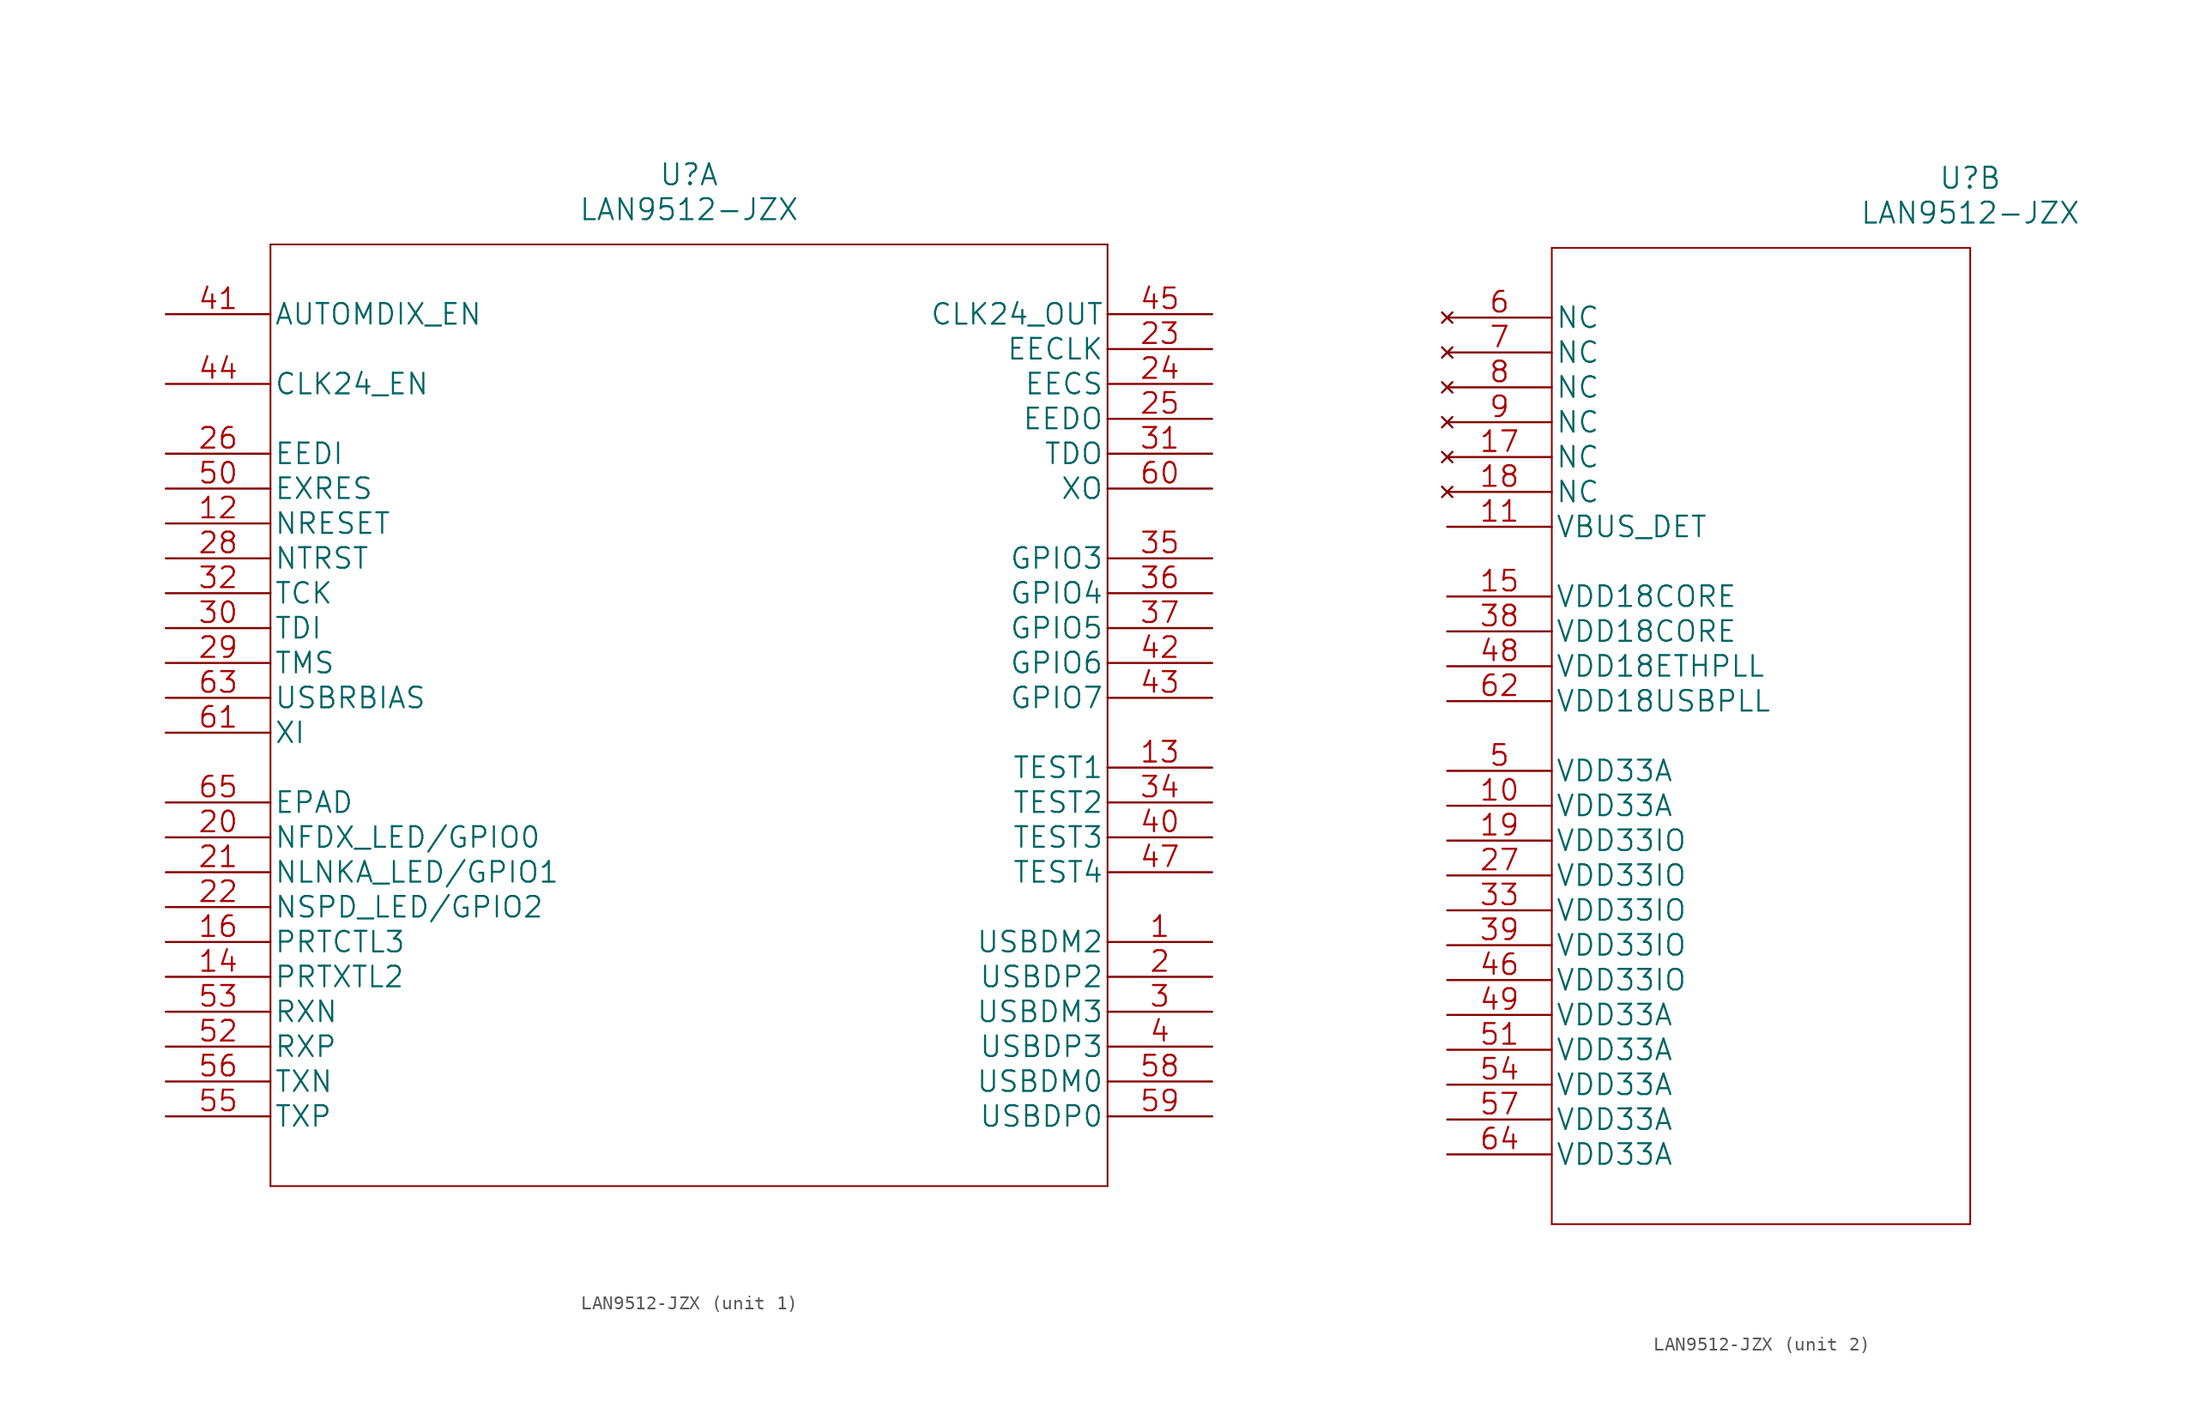
<source format=kicad_sym>
(kicad_symbol_lib
  (version 20201005)
  (generator kicad_symbol_editor)
  (symbol "LAN9512-JZX"
    (pin_names
      (offset 0.254))
    (property "Reference" "U"
      (at 38.1 10.16 0)
      (effects (font (size 1.524 1.524))))
    (property "Value" "LAN9512-JZX"
      (at 38.1 7.62 0)
      (effects (font (size 1.524 1.524))))
    (property "Datasheet" ""
      (at 0 0 0)
      (effects (font (size 1.524 1.524))))
    (symbol "LAN9512-JZX_1_1"
      (polyline (pts (xy 7.62 -63.5) (xy 68.58 -63.5)) (stroke (width 0.127)) (fill (type none)))
      (polyline (pts (xy 7.62 5.08) (xy 7.62 -63.5)) (stroke (width 0.127)) (fill (type none)))
      (polyline (pts (xy 68.58 -63.5) (xy 68.58 5.08)) (stroke (width 0.127)) (fill (type none)))
      (polyline (pts (xy 68.58 5.08) (xy 7.62 5.08)) (stroke (width 0.127)) (fill (type none)))
      (pin bidirectional line (at 76.2 -45.72 180) (length 7.62) (name "USBDM2" (effects (font (size 1.499 1.499)))) (number "1" (effects (font (size 1.499 1.499)))))
      (pin input line (at 0 -15.24 0) (length 7.62) (name "NRESET" (effects (font (size 1.499 1.499)))) (number "12" (effects (font (size 1.499 1.499)))))
      (pin unspecified line (at 76.2 -33.02 180) (length 7.62) (name "TEST1" (effects (font (size 1.499 1.499)))) (number "13" (effects (font (size 1.499 1.499)))))
      (pin bidirectional line (at 0 -48.26 0) (length 7.62) (name "PRTXTL2" (effects (font (size 1.499 1.499)))) (number "14" (effects (font (size 1.499 1.499)))))
      (pin bidirectional line (at 0 -45.72 0) (length 7.62) (name "PRTCTL3" (effects (font (size 1.499 1.499)))) (number "16" (effects (font (size 1.499 1.499)))))
      (pin bidirectional line (at 76.2 -48.26 180) (length 7.62) (name "USBDP2" (effects (font (size 1.499 1.499)))) (number "2" (effects (font (size 1.499 1.499)))))
      (pin bidirectional line (at 0 -38.1 0) (length 7.62) (name "NFDX_LED/GPIO0" (effects (font (size 1.499 1.499)))) (number "20" (effects (font (size 1.499 1.499)))))
      (pin bidirectional line (at 0 -40.64 0) (length 7.62) (name "NLNKA_LED/GPIO1" (effects (font (size 1.499 1.499)))) (number "21" (effects (font (size 1.499 1.499)))))
      (pin bidirectional line (at 0 -43.18 0) (length 7.62) (name "NSPD_LED/GPIO2" (effects (font (size 1.499 1.499)))) (number "22" (effects (font (size 1.499 1.499)))))
      (pin output line (at 76.2 -2.54 180) (length 7.62) (name "EECLK" (effects (font (size 1.499 1.499)))) (number "23" (effects (font (size 1.499 1.499)))))
      (pin output line (at 76.2 -5.08 180) (length 7.62) (name "EECS" (effects (font (size 1.499 1.499)))) (number "24" (effects (font (size 1.499 1.499)))))
      (pin output line (at 76.2 -7.62 180) (length 7.62) (name "EEDO" (effects (font (size 1.499 1.499)))) (number "25" (effects (font (size 1.499 1.499)))))
      (pin input line (at 0 -10.16 0) (length 7.62) (name "EEDI" (effects (font (size 1.499 1.499)))) (number "26" (effects (font (size 1.499 1.499)))))
      (pin input line (at 0 -17.78 0) (length 7.62) (name "NTRST" (effects (font (size 1.499 1.499)))) (number "28" (effects (font (size 1.499 1.499)))))
      (pin input line (at 0 -25.4 0) (length 7.62) (name "TMS" (effects (font (size 1.499 1.499)))) (number "29" (effects (font (size 1.499 1.499)))))
      (pin bidirectional line (at 76.2 -50.8 180) (length 7.62) (name "USBDM3" (effects (font (size 1.499 1.499)))) (number "3" (effects (font (size 1.499 1.499)))))
      (pin input line (at 0 -22.86 0) (length 7.62) (name "TDI" (effects (font (size 1.499 1.499)))) (number "30" (effects (font (size 1.499 1.499)))))
      (pin output line (at 76.2 -10.16 180) (length 7.62) (name "TDO" (effects (font (size 1.499 1.499)))) (number "31" (effects (font (size 1.499 1.499)))))
      (pin input line (at 0 -20.32 0) (length 7.62) (name "TCK" (effects (font (size 1.499 1.499)))) (number "32" (effects (font (size 1.499 1.499)))))
      (pin unspecified line (at 76.2 -35.56 180) (length 7.62) (name "TEST2" (effects (font (size 1.499 1.499)))) (number "34" (effects (font (size 1.499 1.499)))))
      (pin bidirectional line (at 76.2 -17.78 180) (length 7.62) (name "GPIO3" (effects (font (size 1.499 1.499)))) (number "35" (effects (font (size 1.499 1.499)))))
      (pin bidirectional line (at 76.2 -20.32 180) (length 7.62) (name "GPIO4" (effects (font (size 1.499 1.499)))) (number "36" (effects (font (size 1.499 1.499)))))
      (pin bidirectional line (at 76.2 -22.86 180) (length 7.62) (name "GPIO5" (effects (font (size 1.499 1.499)))) (number "37" (effects (font (size 1.499 1.499)))))
      (pin bidirectional line (at 76.2 -53.34 180) (length 7.62) (name "USBDP3" (effects (font (size 1.499 1.499)))) (number "4" (effects (font (size 1.499 1.499)))))
      (pin unspecified line (at 76.2 -38.1 180) (length 7.62) (name "TEST3" (effects (font (size 1.499 1.499)))) (number "40" (effects (font (size 1.499 1.499)))))
      (pin input line (at 0 0 0) (length 7.62) (name "AUTOMDIX_EN" (effects (font (size 1.499 1.499)))) (number "41" (effects (font (size 1.499 1.499)))))
      (pin bidirectional line (at 76.2 -25.4 180) (length 7.62) (name "GPIO6" (effects (font (size 1.499 1.499)))) (number "42" (effects (font (size 1.499 1.499)))))
      (pin bidirectional line (at 76.2 -27.94 180) (length 7.62) (name "GPIO7" (effects (font (size 1.499 1.499)))) (number "43" (effects (font (size 1.499 1.499)))))
      (pin input line (at 0 -5.08 0) (length 7.62) (name "CLK24_EN" (effects (font (size 1.499 1.499)))) (number "44" (effects (font (size 1.499 1.499)))))
      (pin output line (at 76.2 0 180) (length 7.62) (name "CLK24_OUT" (effects (font (size 1.499 1.499)))) (number "45" (effects (font (size 1.499 1.499)))))
      (pin unspecified line (at 76.2 -40.64 180) (length 7.62) (name "TEST4" (effects (font (size 1.499 1.499)))) (number "47" (effects (font (size 1.499 1.499)))))
      (pin input line (at 0 -12.7 0) (length 7.62) (name "EXRES" (effects (font (size 1.499 1.499)))) (number "50" (effects (font (size 1.499 1.499)))))
      (pin bidirectional line (at 0 -53.34 0) (length 7.62) (name "RXP" (effects (font (size 1.499 1.499)))) (number "52" (effects (font (size 1.499 1.499)))))
      (pin bidirectional line (at 0 -50.8 0) (length 7.62) (name "RXN" (effects (font (size 1.499 1.499)))) (number "53" (effects (font (size 1.499 1.499)))))
      (pin bidirectional line (at 0 -58.42 0) (length 7.62) (name "TXP" (effects (font (size 1.499 1.499)))) (number "55" (effects (font (size 1.499 1.499)))))
      (pin bidirectional line (at 0 -55.88 0) (length 7.62) (name "TXN" (effects (font (size 1.499 1.499)))) (number "56" (effects (font (size 1.499 1.499)))))
      (pin bidirectional line (at 76.2 -55.88 180) (length 7.62) (name "USBDM0" (effects (font (size 1.499 1.499)))) (number "58" (effects (font (size 1.499 1.499)))))
      (pin bidirectional line (at 76.2 -58.42 180) (length 7.62) (name "USBDP0" (effects (font (size 1.499 1.499)))) (number "59" (effects (font (size 1.499 1.499)))))
      (pin output line (at 76.2 -12.7 180) (length 7.62) (name "XO" (effects (font (size 1.499 1.499)))) (number "60" (effects (font (size 1.499 1.499)))))
      (pin input line (at 0 -30.48 0) (length 7.62) (name "XI" (effects (font (size 1.499 1.499)))) (number "61" (effects (font (size 1.499 1.499)))))
      (pin input line (at 0 -27.94 0) (length 7.62) (name "USBRBIAS" (effects (font (size 1.499 1.499)))) (number "63" (effects (font (size 1.499 1.499)))))
      (pin unspecified line (at 0 -35.56 0) (length 7.62) (name "EPAD" (effects (font (size 1.499 1.499)))) (number "65" (effects (font (size 1.499 1.499))))))
    (symbol "LAN9512-JZX_2_1"
      (polyline (pts (xy 7.62 -66.04) (xy 38.1 -66.04)) (stroke (width 0.127)) (fill (type none)))
      (polyline (pts (xy 7.62 5.08) (xy 7.62 -66.04)) (stroke (width 0.127)) (fill (type none)))
      (polyline (pts (xy 38.1 -66.04) (xy 38.1 5.08)) (stroke (width 0.127)) (fill (type none)))
      (polyline (pts (xy 38.1 5.08) (xy 7.62 5.08)) (stroke (width 0.127)) (fill (type none)))
      (pin power_in line (at 0 -35.56 0) (length 7.62) (name "VDD33A" (effects (font (size 1.499 1.499)))) (number "10" (effects (font (size 1.499 1.499)))))
      (pin power_in line (at 0 -15.24 0) (length 7.62) (name "VBUS_DET" (effects (font (size 1.499 1.499)))) (number "11" (effects (font (size 1.499 1.499)))))
      (pin power_in line (at 0 -20.32 0) (length 7.62) (name "VDD18CORE" (effects (font (size 1.499 1.499)))) (number "15" (effects (font (size 1.499 1.499)))))
      (pin no_connect line (at 0 -10.16 0) (length 7.62) (name "NC" (effects (font (size 1.499 1.499)))) (number "17" (effects (font (size 1.499 1.499)))))
      (pin no_connect line (at 0 -12.7 0) (length 7.62) (name "NC" (effects (font (size 1.499 1.499)))) (number "18" (effects (font (size 1.499 1.499)))))
      (pin power_in line (at 0 -38.1 0) (length 7.62) (name "VDD33IO" (effects (font (size 1.499 1.499)))) (number "19" (effects (font (size 1.499 1.499)))))
      (pin power_in line (at 0 -40.64 0) (length 7.62) (name "VDD33IO" (effects (font (size 1.499 1.499)))) (number "27" (effects (font (size 1.499 1.499)))))
      (pin power_in line (at 0 -43.18 0) (length 7.62) (name "VDD33IO" (effects (font (size 1.499 1.499)))) (number "33" (effects (font (size 1.499 1.499)))))
      (pin power_in line (at 0 -22.86 0) (length 7.62) (name "VDD18CORE" (effects (font (size 1.499 1.499)))) (number "38" (effects (font (size 1.499 1.499)))))
      (pin power_in line (at 0 -45.72 0) (length 7.62) (name "VDD33IO" (effects (font (size 1.499 1.499)))) (number "39" (effects (font (size 1.499 1.499)))))
      (pin power_in line (at 0 -48.26 0) (length 7.62) (name "VDD33IO" (effects (font (size 1.499 1.499)))) (number "46" (effects (font (size 1.499 1.499)))))
      (pin power_in line (at 0 -25.4 0) (length 7.62) (name "VDD18ETHPLL" (effects (font (size 1.499 1.499)))) (number "48" (effects (font (size 1.499 1.499)))))
      (pin power_in line (at 0 -50.8 0) (length 7.62) (name "VDD33A" (effects (font (size 1.499 1.499)))) (number "49" (effects (font (size 1.499 1.499)))))
      (pin power_in line (at 0 -33.02 0) (length 7.62) (name "VDD33A" (effects (font (size 1.499 1.499)))) (number "5" (effects (font (size 1.499 1.499)))))
      (pin power_in line (at 0 -53.34 0) (length 7.62) (name "VDD33A" (effects (font (size 1.499 1.499)))) (number "51" (effects (font (size 1.499 1.499)))))
      (pin power_in line (at 0 -55.88 0) (length 7.62) (name "VDD33A" (effects (font (size 1.499 1.499)))) (number "54" (effects (font (size 1.499 1.499)))))
      (pin power_in line (at 0 -58.42 0) (length 7.62) (name "VDD33A" (effects (font (size 1.499 1.499)))) (number "57" (effects (font (size 1.499 1.499)))))
      (pin no_connect line (at 0 0 0) (length 7.62) (name "NC" (effects (font (size 1.499 1.499)))) (number "6" (effects (font (size 1.499 1.499)))))
      (pin power_in line (at 0 -27.94 0) (length 7.62) (name "VDD18USBPLL" (effects (font (size 1.499 1.499)))) (number "62" (effects (font (size 1.499 1.499)))))
      (pin power_in line (at 0 -60.96 0) (length 7.62) (name "VDD33A" (effects (font (size 1.499 1.499)))) (number "64" (effects (font (size 1.499 1.499)))))
      (pin no_connect line (at 0 -2.54 0) (length 7.62) (name "NC" (effects (font (size 1.499 1.499)))) (number "7" (effects (font (size 1.499 1.499)))))
      (pin no_connect line (at 0 -5.08 0) (length 7.62) (name "NC" (effects (font (size 1.499 1.499)))) (number "8" (effects (font (size 1.499 1.499)))))
      (pin no_connect line (at 0 -7.62 0) (length 7.62) (name "NC" (effects (font (size 1.499 1.499)))) (number "9" (effects (font (size 1.499 1.499))))))))
</source>
